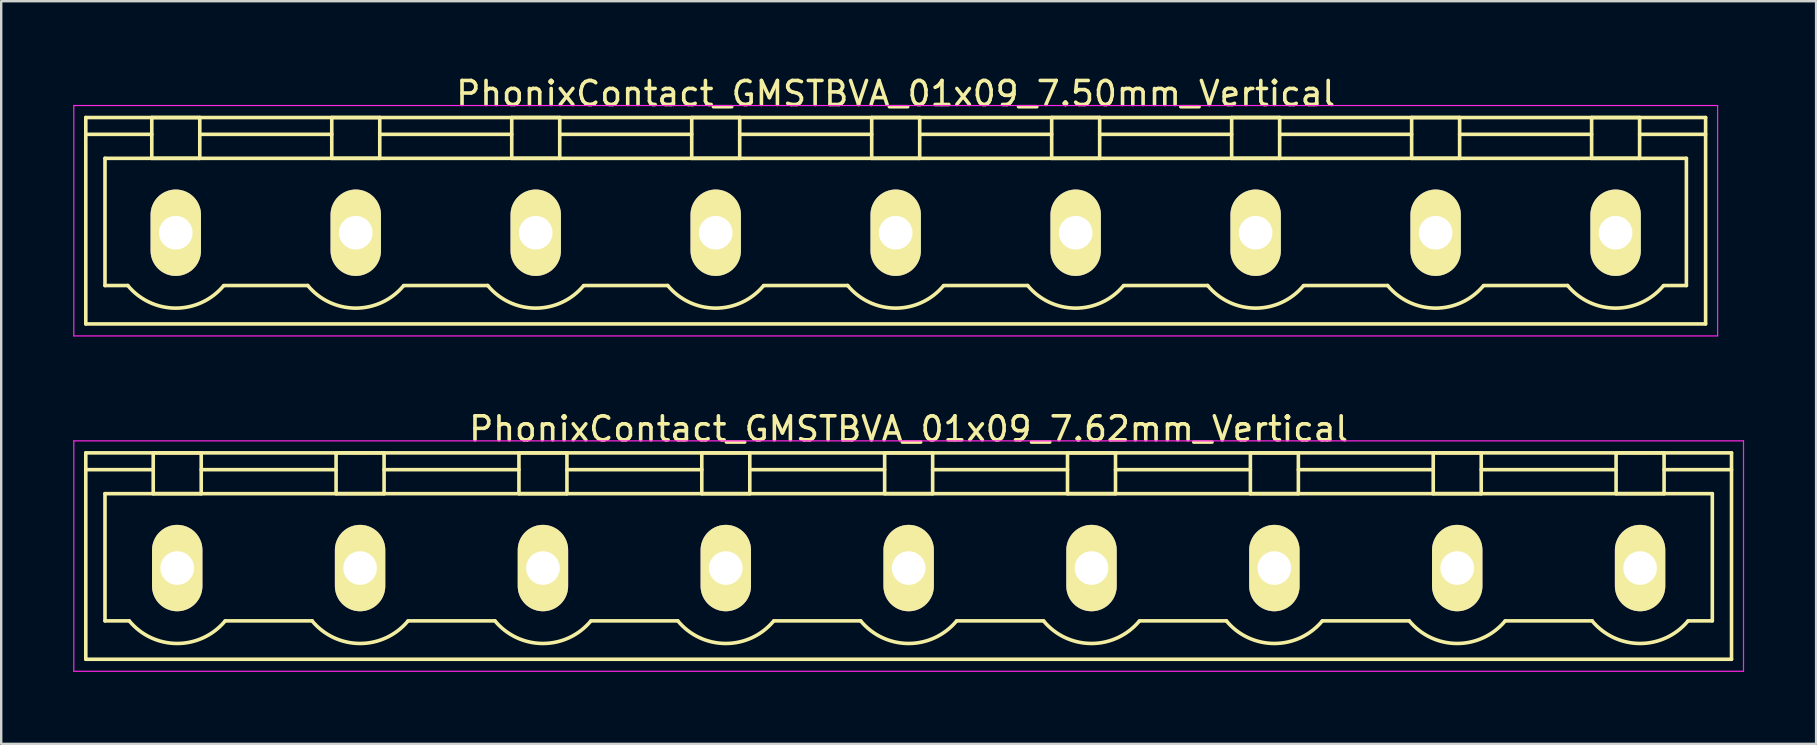
<source format=kicad_pcb>
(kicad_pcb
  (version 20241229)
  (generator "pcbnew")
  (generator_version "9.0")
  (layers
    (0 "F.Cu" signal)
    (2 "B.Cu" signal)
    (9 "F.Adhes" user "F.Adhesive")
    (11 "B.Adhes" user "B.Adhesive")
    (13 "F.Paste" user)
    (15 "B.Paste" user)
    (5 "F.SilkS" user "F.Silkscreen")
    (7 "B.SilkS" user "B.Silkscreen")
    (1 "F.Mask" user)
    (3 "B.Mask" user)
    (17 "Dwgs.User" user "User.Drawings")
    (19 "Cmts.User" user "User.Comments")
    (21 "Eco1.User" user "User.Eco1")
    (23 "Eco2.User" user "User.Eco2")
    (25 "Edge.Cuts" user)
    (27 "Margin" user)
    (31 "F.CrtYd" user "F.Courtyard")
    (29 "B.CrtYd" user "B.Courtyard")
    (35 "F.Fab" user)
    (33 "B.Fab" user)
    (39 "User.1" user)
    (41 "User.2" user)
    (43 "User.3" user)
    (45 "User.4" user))
  (footprint "PhonixContact_GMSTBVA_01x09_7.62mm_Vertical"
    (layer "F.Cu")
    (at 4.335 20.622)
    (property "Reference" "PhonixContact_GMSTBVA_01x09_7.62mm_Vertical" (at 30.48 -5.8 0) (layer "F.SilkS") (effects (font (size 1 1) (thickness 0.15))))
    (attr through_hole)
    (fp_line (start -3.81 -4.8) (end -3.81 3.8) (stroke (width 0.15) (type solid)) (layer "F.SilkS"))
    (fp_line (start -3.81 -4.1) (end -1 -4.1) (stroke (width 0.15) (type solid)) (layer "F.SilkS"))
    (fp_line (start -3.81 3.8) (end 64.77 3.8) (stroke (width 0.15) (type solid)) (layer "F.SilkS"))
    (fp_line (start -3.01 -3.1) (end 63.97 -3.1) (stroke (width 0.15) (type solid)) (layer "F.SilkS"))
    (fp_line (start -3.01 2.2) (end -3.01 -3.1) (stroke (width 0.15) (type solid)) (layer "F.SilkS"))
    (fp_line (start -2 2.2) (end -3.01 2.2) (stroke (width 0.15) (type solid)) (layer "F.SilkS"))
    (fp_line (start -1 -4.8) (end 1 -4.8) (stroke (width 0.15) (type solid)) (layer "F.SilkS"))
    (fp_line (start -1 -3.1) (end -1 -4.8) (stroke (width 0.15) (type solid)) (layer "F.SilkS"))
    (fp_line (start 1 -4.8) (end 1 -3.1) (stroke (width 0.15) (type solid)) (layer "F.SilkS"))
    (fp_line (start 1 -4.1) (end 6.62 -4.1) (stroke (width 0.15) (type solid)) (layer "F.SilkS"))
    (fp_line (start 1 -3.1) (end -1 -3.1) (stroke (width 0.15) (type solid)) (layer "F.SilkS"))
    (fp_line (start 2 2.2) (end 5.62 2.2) (stroke (width 0.15) (type solid)) (layer "F.SilkS"))
    (fp_line (start 6.62 -4.8) (end 8.62 -4.8) (stroke (width 0.15) (type solid)) (layer "F.SilkS"))
    (fp_line (start 6.62 -3.1) (end 6.62 -4.8) (stroke (width 0.15) (type solid)) (layer "F.SilkS"))
    (fp_line (start 8.62 -4.8) (end 8.62 -3.1) (stroke (width 0.15) (type solid)) (layer "F.SilkS"))
    (fp_line (start 8.62 -4.1) (end 14.24 -4.1) (stroke (width 0.15) (type solid)) (layer "F.SilkS"))
    (fp_line (start 8.62 -3.1) (end 6.62 -3.1) (stroke (width 0.15) (type solid)) (layer "F.SilkS"))
    (fp_line (start 9.62 2.2) (end 13.24 2.2) (stroke (width 0.15) (type solid)) (layer "F.SilkS"))
    (fp_line (start 14.24 -4.8) (end 16.24 -4.8) (stroke (width 0.15) (type solid)) (layer "F.SilkS"))
    (fp_line (start 14.24 -3.1) (end 14.24 -4.8) (stroke (width 0.15) (type solid)) (layer "F.SilkS"))
    (fp_line (start 16.24 -4.8) (end 16.24 -3.1) (stroke (width 0.15) (type solid)) (layer "F.SilkS"))
    (fp_line (start 16.24 -4.1) (end 21.86 -4.1) (stroke (width 0.15) (type solid)) (layer "F.SilkS"))
    (fp_line (start 16.24 -3.1) (end 14.24 -3.1) (stroke (width 0.15) (type solid)) (layer "F.SilkS"))
    (fp_line (start 17.24 2.2) (end 20.86 2.2) (stroke (width 0.15) (type solid)) (layer "F.SilkS"))
    (fp_line (start 21.86 -4.8) (end 23.86 -4.8) (stroke (width 0.15) (type solid)) (layer "F.SilkS"))
    (fp_line (start 21.86 -3.1) (end 21.86 -4.8) (stroke (width 0.15) (type solid)) (layer "F.SilkS"))
    (fp_line (start 23.86 -4.8) (end 23.86 -3.1) (stroke (width 0.15) (type solid)) (layer "F.SilkS"))
    (fp_line (start 23.86 -4.1) (end 29.48 -4.1) (stroke (width 0.15) (type solid)) (layer "F.SilkS"))
    (fp_line (start 23.86 -3.1) (end 21.86 -3.1) (stroke (width 0.15) (type solid)) (layer "F.SilkS"))
    (fp_line (start 24.86 2.2) (end 28.48 2.2) (stroke (width 0.15) (type solid)) (layer "F.SilkS"))
    (fp_line (start 29.48 -4.8) (end 31.48 -4.8) (stroke (width 0.15) (type solid)) (layer "F.SilkS"))
    (fp_line (start 29.48 -3.1) (end 29.48 -4.8) (stroke (width 0.15) (type solid)) (layer "F.SilkS"))
    (fp_line (start 31.48 -4.8) (end 31.48 -3.1) (stroke (width 0.15) (type solid)) (layer "F.SilkS"))
    (fp_line (start 31.48 -4.1) (end 37.1 -4.1) (stroke (width 0.15) (type solid)) (layer "F.SilkS"))
    (fp_line (start 31.48 -3.1) (end 29.48 -3.1) (stroke (width 0.15) (type solid)) (layer "F.SilkS"))
    (fp_line (start 32.48 2.2) (end 36.1 2.2) (stroke (width 0.15) (type solid)) (layer "F.SilkS"))
    (fp_line (start 37.1 -4.8) (end 39.1 -4.8) (stroke (width 0.15) (type solid)) (layer "F.SilkS"))
    (fp_line (start 37.1 -3.1) (end 37.1 -4.8) (stroke (width 0.15) (type solid)) (layer "F.SilkS"))
    (fp_line (start 39.1 -4.8) (end 39.1 -3.1) (stroke (width 0.15) (type solid)) (layer "F.SilkS"))
    (fp_line (start 39.1 -4.1) (end 44.72 -4.1) (stroke (width 0.15) (type solid)) (layer "F.SilkS"))
    (fp_line (start 39.1 -3.1) (end 37.1 -3.1) (stroke (width 0.15) (type solid)) (layer "F.SilkS"))
    (fp_line (start 40.1 2.2) (end 43.72 2.2) (stroke (width 0.15) (type solid)) (layer "F.SilkS"))
    (fp_line (start 44.72 -4.8) (end 46.72 -4.8) (stroke (width 0.15) (type solid)) (layer "F.SilkS"))
    (fp_line (start 44.72 -3.1) (end 44.72 -4.8) (stroke (width 0.15) (type solid)) (layer "F.SilkS"))
    (fp_line (start 46.72 -4.8) (end 46.72 -3.1) (stroke (width 0.15) (type solid)) (layer "F.SilkS"))
    (fp_line (start 46.72 -4.1) (end 52.34 -4.1) (stroke (width 0.15) (type solid)) (layer "F.SilkS"))
    (fp_line (start 46.72 -3.1) (end 44.72 -3.1) (stroke (width 0.15) (type solid)) (layer "F.SilkS"))
    (fp_line (start 47.72 2.2) (end 51.34 2.2) (stroke (width 0.15) (type solid)) (layer "F.SilkS"))
    (fp_line (start 52.34 -4.8) (end 54.34 -4.8) (stroke (width 0.15) (type solid)) (layer "F.SilkS"))
    (fp_line (start 52.34 -3.1) (end 52.34 -4.8) (stroke (width 0.15) (type solid)) (layer "F.SilkS"))
    (fp_line (start 54.34 -4.8) (end 54.34 -3.1) (stroke (width 0.15) (type solid)) (layer "F.SilkS"))
    (fp_line (start 54.34 -4.1) (end 59.96 -4.1) (stroke (width 0.15) (type solid)) (layer "F.SilkS"))
    (fp_line (start 54.34 -3.1) (end 52.34 -3.1) (stroke (width 0.15) (type solid)) (layer "F.SilkS"))
    (fp_line (start 55.34 2.2) (end 58.96 2.2) (stroke (width 0.15) (type solid)) (layer "F.SilkS"))
    (fp_line (start 59.96 -4.8) (end 61.96 -4.8) (stroke (width 0.15) (type solid)) (layer "F.SilkS"))
    (fp_line (start 59.96 -3.1) (end 59.96 -4.8) (stroke (width 0.15) (type solid)) (layer "F.SilkS"))
    (fp_line (start 61.96 -4.8) (end 61.96 -3.1) (stroke (width 0.15) (type solid)) (layer "F.SilkS"))
    (fp_line (start 61.96 -3.1) (end 59.96 -3.1) (stroke (width 0.15) (type solid)) (layer "F.SilkS"))
    (fp_line (start 63.97 -3.1) (end 63.97 2.2) (stroke (width 0.15) (type solid)) (layer "F.SilkS"))
    (fp_line (start 63.97 2.2) (end 62.96 2.2) (stroke (width 0.15) (type solid)) (layer "F.SilkS"))
    (fp_line (start 64.77 -4.8) (end -3.81 -4.8) (stroke (width 0.15) (type solid)) (layer "F.SilkS"))
    (fp_line (start 64.77 -4.1) (end 61.96 -4.1) (stroke (width 0.15) (type solid)) (layer "F.SilkS"))
    (fp_line (start 64.77 3.8) (end 64.77 -4.8) (stroke (width 0.15) (type solid)) (layer "F.SilkS"))
    (fp_arc (start 1.986842 2.215821) (mid -0.010289 3.142758) (end -2 2.2) (stroke (width 0.15) (type solid)) (layer "F.SilkS"))
    (fp_arc (start 9.606842 2.215821) (mid 7.609711 3.142758) (end 5.62 2.2) (stroke (width 0.15) (type solid)) (layer "F.SilkS"))
    (fp_arc (start 17.226842 2.215821) (mid 15.229711 3.142758) (end 13.24 2.2) (stroke (width 0.15) (type solid)) (layer "F.SilkS"))
    (fp_arc (start 24.846842 2.215821) (mid 22.849711 3.142758) (end 20.86 2.2) (stroke (width 0.15) (type solid)) (layer "F.SilkS"))
    (fp_arc (start 32.466842 2.215821) (mid 30.469711 3.142758) (end 28.48 2.2) (stroke (width 0.15) (type solid)) (layer "F.SilkS"))
    (fp_arc (start 40.086842 2.215821) (mid 38.089711 3.142758) (end 36.1 2.2) (stroke (width 0.15) (type solid)) (layer "F.SilkS"))
    (fp_arc (start 47.706842 2.215821) (mid 45.709711 3.142758) (end 43.72 2.2) (stroke (width 0.15) (type solid)) (layer "F.SilkS"))
    (fp_arc (start 55.326842 2.215821) (mid 53.329711 3.142758) (end 51.34 2.2) (stroke (width 0.15) (type solid)) (layer "F.SilkS"))
    (fp_arc (start 62.946842 2.215821) (mid 60.949711 3.142758) (end 58.96 2.2) (stroke (width 0.15) (type solid)) (layer "F.SilkS"))
    (fp_line (start -4.31 -5.3) (end -4.31 4.3) (stroke (width 0.05) (type solid)) (layer "F.CrtYd"))
    (fp_line (start -4.31 4.3) (end 65.27 4.3) (stroke (width 0.05) (type solid)) (layer "F.CrtYd"))
    (fp_line (start 65.27 -5.3) (end -4.31 -5.3) (stroke (width 0.05) (type solid)) (layer "F.CrtYd"))
    (fp_line (start 65.27 4.3) (end 65.27 -5.3) (stroke (width 0.05) (type solid)) (layer "F.CrtYd"))
    (pad "1" thru_hole oval (at 0 0) (size 2.1 3.6) (drill 1.4) (layers "*.Cu" "*.Mask" "F.SilkS"))
    (pad "2" thru_hole oval (at 7.62 0) (size 2.1 3.6) (drill 1.4) (layers "*.Cu" "*.Mask" "F.SilkS"))
    (pad "3" thru_hole oval (at 15.24 0) (size 2.1 3.6) (drill 1.4) (layers "*.Cu" "*.Mask" "F.SilkS"))
    (pad "4" thru_hole oval (at 22.86 0) (size 2.1 3.6) (drill 1.4) (layers "*.Cu" "*.Mask" "F.SilkS"))
    (pad "5" thru_hole oval (at 30.48 0) (size 2.1 3.6) (drill 1.4) (layers "*.Cu" "*.Mask" "F.SilkS"))
    (pad "6" thru_hole oval (at 38.1 0) (size 2.1 3.6) (drill 1.4) (layers "*.Cu" "*.Mask" "F.SilkS"))
    (pad "7" thru_hole oval (at 45.72 0) (size 2.1 3.6) (drill 1.4) (layers "*.Cu" "*.Mask" "F.SilkS"))
    (pad "8" thru_hole oval (at 53.34 0) (size 2.1 3.6) (drill 1.4) (layers "*.Cu" "*.Mask" "F.SilkS"))
    (pad "9" thru_hole oval (at 60.96 0) (size 2.1 3.6) (drill 1.4) (layers "*.Cu" "*.Mask" "F.SilkS")))
  (footprint "PhonixContact_GMSTBVA_01x09_7.50mm_Vertical"
    (layer "F.Cu")
    (at 4.275 6.648)
    (property "Reference" "PhonixContact_GMSTBVA_01x09_7.50mm_Vertical" (at 30 -5.8 0) (layer "F.SilkS") (effects (font (size 1 1) (thickness 0.15))))
    (attr through_hole)
    (fp_line (start -3.75 -4.8) (end -3.75 3.8) (stroke (width 0.15) (type solid)) (layer "F.SilkS"))
    (fp_line (start -3.75 -4.1) (end -1 -4.1) (stroke (width 0.15) (type solid)) (layer "F.SilkS"))
    (fp_line (start -3.75 3.8) (end 63.75 3.8) (stroke (width 0.15) (type solid)) (layer "F.SilkS"))
    (fp_line (start -2.95 -3.1) (end 62.95 -3.1) (stroke (width 0.15) (type solid)) (layer "F.SilkS"))
    (fp_line (start -2.95 2.2) (end -2.95 -3.1) (stroke (width 0.15) (type solid)) (layer "F.SilkS"))
    (fp_line (start -2 2.2) (end -2.95 2.2) (stroke (width 0.15) (type solid)) (layer "F.SilkS"))
    (fp_line (start -1 -4.8) (end 1 -4.8) (stroke (width 0.15) (type solid)) (layer "F.SilkS"))
    (fp_line (start -1 -3.1) (end -1 -4.8) (stroke (width 0.15) (type solid)) (layer "F.SilkS"))
    (fp_line (start 1 -4.8) (end 1 -3.1) (stroke (width 0.15) (type solid)) (layer "F.SilkS"))
    (fp_line (start 1 -4.1) (end 6.5 -4.1) (stroke (width 0.15) (type solid)) (layer "F.SilkS"))
    (fp_line (start 1 -3.1) (end -1 -3.1) (stroke (width 0.15) (type solid)) (layer "F.SilkS"))
    (fp_line (start 2 2.2) (end 5.5 2.2) (stroke (width 0.15) (type solid)) (layer "F.SilkS"))
    (fp_line (start 6.5 -4.8) (end 8.5 -4.8) (stroke (width 0.15) (type solid)) (layer "F.SilkS"))
    (fp_line (start 6.5 -3.1) (end 6.5 -4.8) (stroke (width 0.15) (type solid)) (layer "F.SilkS"))
    (fp_line (start 8.5 -4.8) (end 8.5 -3.1) (stroke (width 0.15) (type solid)) (layer "F.SilkS"))
    (fp_line (start 8.5 -4.1) (end 14 -4.1) (stroke (width 0.15) (type solid)) (layer "F.SilkS"))
    (fp_line (start 8.5 -3.1) (end 6.5 -3.1) (stroke (width 0.15) (type solid)) (layer "F.SilkS"))
    (fp_line (start 9.5 2.2) (end 13 2.2) (stroke (width 0.15) (type solid)) (layer "F.SilkS"))
    (fp_line (start 14 -4.8) (end 16 -4.8) (stroke (width 0.15) (type solid)) (layer "F.SilkS"))
    (fp_line (start 14 -3.1) (end 14 -4.8) (stroke (width 0.15) (type solid)) (layer "F.SilkS"))
    (fp_line (start 16 -4.8) (end 16 -3.1) (stroke (width 0.15) (type solid)) (layer "F.SilkS"))
    (fp_line (start 16 -4.1) (end 21.5 -4.1) (stroke (width 0.15) (type solid)) (layer "F.SilkS"))
    (fp_line (start 16 -3.1) (end 14 -3.1) (stroke (width 0.15) (type solid)) (layer "F.SilkS"))
    (fp_line (start 17 2.2) (end 20.5 2.2) (stroke (width 0.15) (type solid)) (layer "F.SilkS"))
    (fp_line (start 21.5 -4.8) (end 23.5 -4.8) (stroke (width 0.15) (type solid)) (layer "F.SilkS"))
    (fp_line (start 21.5 -3.1) (end 21.5 -4.8) (stroke (width 0.15) (type solid)) (layer "F.SilkS"))
    (fp_line (start 23.5 -4.8) (end 23.5 -3.1) (stroke (width 0.15) (type solid)) (layer "F.SilkS"))
    (fp_line (start 23.5 -4.1) (end 29 -4.1) (stroke (width 0.15) (type solid)) (layer "F.SilkS"))
    (fp_line (start 23.5 -3.1) (end 21.5 -3.1) (stroke (width 0.15) (type solid)) (layer "F.SilkS"))
    (fp_line (start 24.5 2.2) (end 28 2.2) (stroke (width 0.15) (type solid)) (layer "F.SilkS"))
    (fp_line (start 29 -4.8) (end 31 -4.8) (stroke (width 0.15) (type solid)) (layer "F.SilkS"))
    (fp_line (start 29 -3.1) (end 29 -4.8) (stroke (width 0.15) (type solid)) (layer "F.SilkS"))
    (fp_line (start 31 -4.8) (end 31 -3.1) (stroke (width 0.15) (type solid)) (layer "F.SilkS"))
    (fp_line (start 31 -4.1) (end 36.5 -4.1) (stroke (width 0.15) (type solid)) (layer "F.SilkS"))
    (fp_line (start 31 -3.1) (end 29 -3.1) (stroke (width 0.15) (type solid)) (layer "F.SilkS"))
    (fp_line (start 32 2.2) (end 35.5 2.2) (stroke (width 0.15) (type solid)) (layer "F.SilkS"))
    (fp_line (start 36.5 -4.8) (end 38.5 -4.8) (stroke (width 0.15) (type solid)) (layer "F.SilkS"))
    (fp_line (start 36.5 -3.1) (end 36.5 -4.8) (stroke (width 0.15) (type solid)) (layer "F.SilkS"))
    (fp_line (start 38.5 -4.8) (end 38.5 -3.1) (stroke (width 0.15) (type solid)) (layer "F.SilkS"))
    (fp_line (start 38.5 -4.1) (end 44 -4.1) (stroke (width 0.15) (type solid)) (layer "F.SilkS"))
    (fp_line (start 38.5 -3.1) (end 36.5 -3.1) (stroke (width 0.15) (type solid)) (layer "F.SilkS"))
    (fp_line (start 39.5 2.2) (end 43 2.2) (stroke (width 0.15) (type solid)) (layer "F.SilkS"))
    (fp_line (start 44 -4.8) (end 46 -4.8) (stroke (width 0.15) (type solid)) (layer "F.SilkS"))
    (fp_line (start 44 -3.1) (end 44 -4.8) (stroke (width 0.15) (type solid)) (layer "F.SilkS"))
    (fp_line (start 46 -4.8) (end 46 -3.1) (stroke (width 0.15) (type solid)) (layer "F.SilkS"))
    (fp_line (start 46 -4.1) (end 51.5 -4.1) (stroke (width 0.15) (type solid)) (layer "F.SilkS"))
    (fp_line (start 46 -3.1) (end 44 -3.1) (stroke (width 0.15) (type solid)) (layer "F.SilkS"))
    (fp_line (start 47 2.2) (end 50.5 2.2) (stroke (width 0.15) (type solid)) (layer "F.SilkS"))
    (fp_line (start 51.5 -4.8) (end 53.5 -4.8) (stroke (width 0.15) (type solid)) (layer "F.SilkS"))
    (fp_line (start 51.5 -3.1) (end 51.5 -4.8) (stroke (width 0.15) (type solid)) (layer "F.SilkS"))
    (fp_line (start 53.5 -4.8) (end 53.5 -3.1) (stroke (width 0.15) (type solid)) (layer "F.SilkS"))
    (fp_line (start 53.5 -4.1) (end 59 -4.1) (stroke (width 0.15) (type solid)) (layer "F.SilkS"))
    (fp_line (start 53.5 -3.1) (end 51.5 -3.1) (stroke (width 0.15) (type solid)) (layer "F.SilkS"))
    (fp_line (start 54.5 2.2) (end 58 2.2) (stroke (width 0.15) (type solid)) (layer "F.SilkS"))
    (fp_line (start 59 -4.8) (end 61 -4.8) (stroke (width 0.15) (type solid)) (layer "F.SilkS"))
    (fp_line (start 59 -3.1) (end 59 -4.8) (stroke (width 0.15) (type solid)) (layer "F.SilkS"))
    (fp_line (start 61 -4.8) (end 61 -3.1) (stroke (width 0.15) (type solid)) (layer "F.SilkS"))
    (fp_line (start 61 -3.1) (end 59 -3.1) (stroke (width 0.15) (type solid)) (layer "F.SilkS"))
    (fp_line (start 62.95 -3.1) (end 62.95 2.2) (stroke (width 0.15) (type solid)) (layer "F.SilkS"))
    (fp_line (start 62.95 2.2) (end 62 2.2) (stroke (width 0.15) (type solid)) (layer "F.SilkS"))
    (fp_line (start 63.75 -4.8) (end -3.75 -4.8) (stroke (width 0.15) (type solid)) (layer "F.SilkS"))
    (fp_line (start 63.75 -4.1) (end 61 -4.1) (stroke (width 0.15) (type solid)) (layer "F.SilkS"))
    (fp_line (start 63.75 3.8) (end 63.75 -4.8) (stroke (width 0.15) (type solid)) (layer "F.SilkS"))
    (fp_arc (start 1.986842 2.215821) (mid -0.010289 3.142758) (end -2 2.2) (stroke (width 0.15) (type solid)) (layer "F.SilkS"))
    (fp_arc (start 9.486842 2.215821) (mid 7.489711 3.142758) (end 5.5 2.2) (stroke (width 0.15) (type solid)) (layer "F.SilkS"))
    (fp_arc (start 16.986842 2.215821) (mid 14.989711 3.142758) (end 13 2.2) (stroke (width 0.15) (type solid)) (layer "F.SilkS"))
    (fp_arc (start 24.486842 2.215821) (mid 22.489711 3.142758) (end 20.5 2.2) (stroke (width 0.15) (type solid)) (layer "F.SilkS"))
    (fp_arc (start 31.986842 2.215821) (mid 29.989711 3.142758) (end 28 2.2) (stroke (width 0.15) (type solid)) (layer "F.SilkS"))
    (fp_arc (start 39.486842 2.215821) (mid 37.489711 3.142758) (end 35.5 2.2) (stroke (width 0.15) (type solid)) (layer "F.SilkS"))
    (fp_arc (start 46.986842 2.215821) (mid 44.989711 3.142758) (end 43 2.2) (stroke (width 0.15) (type solid)) (layer "F.SilkS"))
    (fp_arc (start 54.486842 2.215821) (mid 52.489711 3.142758) (end 50.5 2.2) (stroke (width 0.15) (type solid)) (layer "F.SilkS"))
    (fp_arc (start 61.986842 2.215821) (mid 59.989711 3.142758) (end 58 2.2) (stroke (width 0.15) (type solid)) (layer "F.SilkS"))
    (fp_line (start -4.25 -5.3) (end -4.25 4.3) (stroke (width 0.05) (type solid)) (layer "F.CrtYd"))
    (fp_line (start -4.25 4.3) (end 64.25 4.3) (stroke (width 0.05) (type solid)) (layer "F.CrtYd"))
    (fp_line (start 64.25 -5.3) (end -4.25 -5.3) (stroke (width 0.05) (type solid)) (layer "F.CrtYd"))
    (fp_line (start 64.25 4.3) (end 64.25 -5.3) (stroke (width 0.05) (type solid)) (layer "F.CrtYd"))
    (pad "1" thru_hole oval (at 0 0) (size 2.1 3.6) (drill 1.4) (layers "*.Cu" "*.Mask" "F.SilkS"))
    (pad "2" thru_hole oval (at 7.5 0) (size 2.1 3.6) (drill 1.4) (layers "*.Cu" "*.Mask" "F.SilkS"))
    (pad "3" thru_hole oval (at 15 0) (size 2.1 3.6) (drill 1.4) (layers "*.Cu" "*.Mask" "F.SilkS"))
    (pad "4" thru_hole oval (at 22.5 0) (size 2.1 3.6) (drill 1.4) (layers "*.Cu" "*.Mask" "F.SilkS"))
    (pad "5" thru_hole oval (at 30 0) (size 2.1 3.6) (drill 1.4) (layers "*.Cu" "*.Mask" "F.SilkS"))
    (pad "6" thru_hole oval (at 37.5 0) (size 2.1 3.6) (drill 1.4) (layers "*.Cu" "*.Mask" "F.SilkS"))
    (pad "7" thru_hole oval (at 45 0) (size 2.1 3.6) (drill 1.4) (layers "*.Cu" "*.Mask" "F.SilkS"))
    (pad "8" thru_hole oval (at 52.5 0) (size 2.1 3.6) (drill 1.4) (layers "*.Cu" "*.Mask" "F.SilkS"))
    (pad "9" thru_hole oval (at 60 0) (size 2.1 3.6) (drill 1.4) (layers "*.Cu" "*.Mask" "F.SilkS")))
  (gr_rect
    (start -3 -3)
    (end 72.63 27.947)
    (stroke (width 0.1) (type default))
    (fill no)
    (layer "Edge.Cuts")))
</source>
